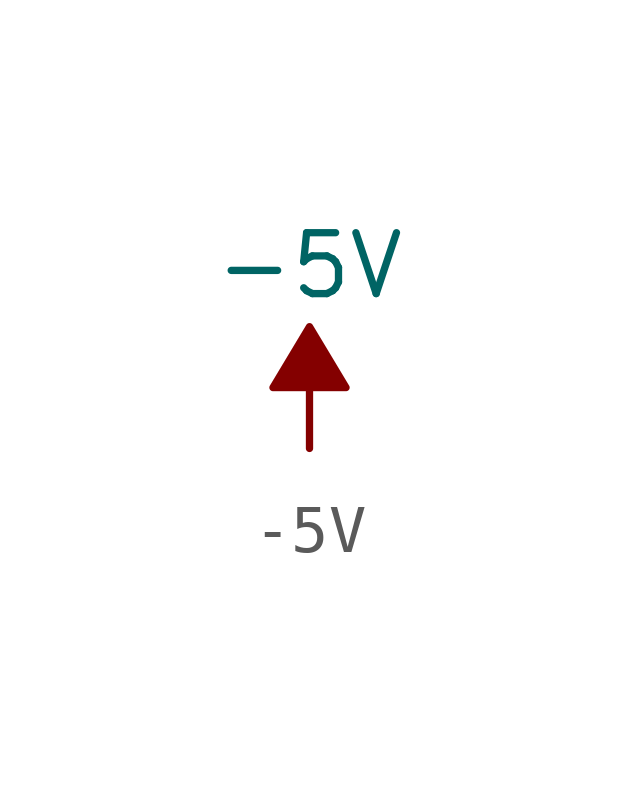
<source format=kicad_sym>
(kicad_symbol_lib
  (version 20220914)
  (generator kicad_symbol_editor)
  (symbol "-5V"
    (power)
    (pin_names
      (offset 0))
    (property "Reference" "#PWR"
      (at 0 2.54 0)
      (effects (font (size 1.27 1.27)) hide))
    (property "Value" "-5V"
      (at 0 3.81 0)
      (effects (font (size 1.27 1.27))))
    (symbol "-5V_0_0"
      (pin power_in line (at 0 0 90) (length 0) hide (name "-5V" (effects (font (size 1.27 1.27)))) (number "1" (effects (font (size 1.27 1.27))))))
    (symbol "-5V_0_1"
      (polyline (pts (xy 0 0) (xy 0 1.27) (xy 0.762 1.27) (xy 0 2.54) (xy -0.762 1.27) (xy 0 1.27)) (stroke (width 0) (type solid)) (fill (type outline))))))
</source>
